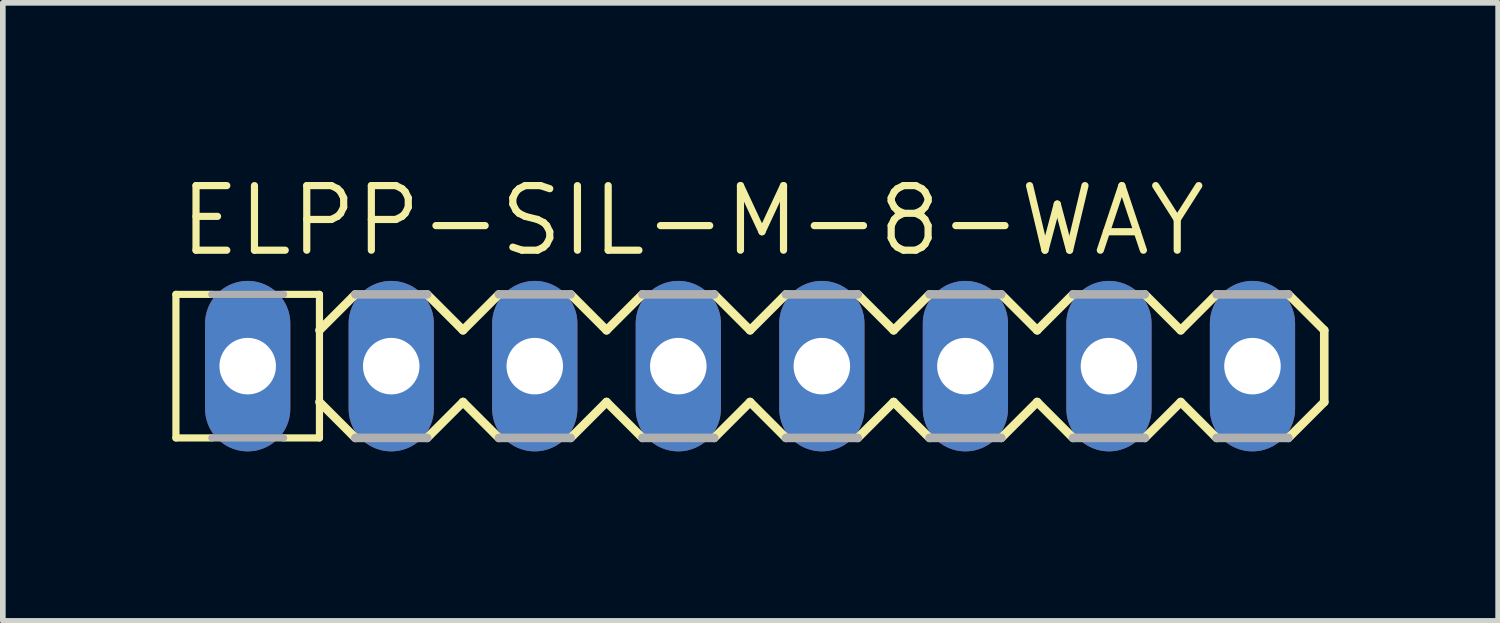
<source format=kicad_pcb>
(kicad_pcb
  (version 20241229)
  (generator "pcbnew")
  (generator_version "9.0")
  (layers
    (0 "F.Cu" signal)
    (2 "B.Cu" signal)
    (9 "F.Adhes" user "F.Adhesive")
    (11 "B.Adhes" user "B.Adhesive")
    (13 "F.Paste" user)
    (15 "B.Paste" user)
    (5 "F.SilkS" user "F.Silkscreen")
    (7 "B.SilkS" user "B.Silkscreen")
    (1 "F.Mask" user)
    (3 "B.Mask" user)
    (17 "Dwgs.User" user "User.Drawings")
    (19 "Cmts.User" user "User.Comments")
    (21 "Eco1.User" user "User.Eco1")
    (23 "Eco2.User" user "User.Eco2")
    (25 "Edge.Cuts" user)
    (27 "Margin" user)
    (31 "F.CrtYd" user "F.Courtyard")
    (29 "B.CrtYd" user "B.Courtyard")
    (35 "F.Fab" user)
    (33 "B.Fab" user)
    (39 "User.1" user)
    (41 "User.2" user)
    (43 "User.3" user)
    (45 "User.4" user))
  (footprint "ELPP-SIL-M-8-WAY"
    (layer "F.Cu")
    (at 6.413 3.429)
    (property "Reference" "ELPP-SIL-M-8-WAY" (at -6.35 -1.905 0) (unlocked yes) (layer "F.SilkS") (effects (font (size 1.143 1.143) (thickness 0.127)) (justify left bottom)))
    (fp_line (start -6.35 -1.27) (end -6.35 1.27) (stroke (width 0.127) (type solid)) (layer "F.SilkS"))
    (fp_line (start -6.35 -1.27) (end -5.715 -1.27) (stroke (width 0.127) (type solid)) (layer "F.SilkS"))
    (fp_line (start -6.35 1.27) (end -5.715 1.27) (stroke (width 0.127) (type solid)) (layer "F.SilkS"))
    (fp_line (start -3.81 -1.27) (end -4.445 -1.27) (stroke (width 0.127) (type solid)) (layer "F.SilkS"))
    (fp_line (start -3.81 -1.27) (end -3.81 1.27) (stroke (width 0.127) (type solid)) (layer "F.SilkS"))
    (fp_line (start -3.81 -0.635) (end -3.175 -1.27) (stroke (width 0.152) (type solid)) (layer "F.SilkS"))
    (fp_line (start -3.81 1.27) (end -4.445 1.27) (stroke (width 0.127) (type solid)) (layer "F.SilkS"))
    (fp_line (start -3.175 1.27) (end -3.81 0.635) (stroke (width 0.152) (type solid)) (layer "F.SilkS"))
    (fp_line (start -1.905 -1.27) (end -1.27 -0.635) (stroke (width 0.152) (type solid)) (layer "F.SilkS"))
    (fp_line (start -1.27 -0.635) (end -0.635 -1.27) (stroke (width 0.152) (type solid)) (layer "F.SilkS"))
    (fp_line (start -1.27 0.635) (end -1.905 1.27) (stroke (width 0.152) (type solid)) (layer "F.SilkS"))
    (fp_line (start -0.635 1.27) (end -1.27 0.635) (stroke (width 0.152) (type solid)) (layer "F.SilkS"))
    (fp_line (start 0.635 -1.27) (end 1.27 -0.635) (stroke (width 0.152) (type solid)) (layer "F.SilkS"))
    (fp_line (start 1.27 0.635) (end 0.635 1.27) (stroke (width 0.152) (type solid)) (layer "F.SilkS"))
    (fp_line (start 1.27 0.635) (end 1.905 1.27) (stroke (width 0.152) (type solid)) (layer "F.SilkS"))
    (fp_line (start 1.905 -1.27) (end 1.27 -0.635) (stroke (width 0.152) (type solid)) (layer "F.SilkS"))
    (fp_line (start 3.175 -1.27) (end 3.81 -0.635) (stroke (width 0.152) (type solid)) (layer "F.SilkS"))
    (fp_line (start 3.81 -0.635) (end 4.445 -1.27) (stroke (width 0.152) (type solid)) (layer "F.SilkS"))
    (fp_line (start 3.81 0.635) (end 3.175 1.27) (stroke (width 0.152) (type solid)) (layer "F.SilkS"))
    (fp_line (start 4.445 1.27) (end 3.81 0.635) (stroke (width 0.152) (type solid)) (layer "F.SilkS"))
    (fp_line (start 5.715 -1.27) (end 6.35 -0.635) (stroke (width 0.152) (type solid)) (layer "F.SilkS"))
    (fp_line (start 6.35 -0.635) (end 6.985 -1.27) (stroke (width 0.152) (type solid)) (layer "F.SilkS"))
    (fp_line (start 6.35 0.635) (end 5.715 1.27) (stroke (width 0.152) (type solid)) (layer "F.SilkS"))
    (fp_line (start 6.985 1.27) (end 6.35 0.635) (stroke (width 0.152) (type solid)) (layer "F.SilkS"))
    (fp_line (start 8.255 -1.27) (end 8.89 -0.635) (stroke (width 0.152) (type solid)) (layer "F.SilkS"))
    (fp_line (start 8.89 -0.635) (end 9.525 -1.27) (stroke (width 0.152) (type solid)) (layer "F.SilkS"))
    (fp_line (start 8.89 0.635) (end 8.255 1.27) (stroke (width 0.152) (type solid)) (layer "F.SilkS"))
    (fp_line (start 9.525 1.27) (end 8.89 0.635) (stroke (width 0.152) (type solid)) (layer "F.SilkS"))
    (fp_line (start 10.795 -1.27) (end 11.43 -0.635) (stroke (width 0.152) (type solid)) (layer "F.SilkS"))
    (fp_line (start 11.43 -0.635) (end 12.065 -1.27) (stroke (width 0.152) (type solid)) (layer "F.SilkS"))
    (fp_line (start 11.43 0.635) (end 10.795 1.27) (stroke (width 0.152) (type solid)) (layer "F.SilkS"))
    (fp_line (start 12.065 1.27) (end 11.43 0.635) (stroke (width 0.152) (type solid)) (layer "F.SilkS"))
    (fp_line (start 13.335 -1.27) (end 13.97 -0.635) (stroke (width 0.152) (type solid)) (layer "F.SilkS"))
    (fp_line (start 13.97 -0.635) (end 13.97 0.635) (stroke (width 0.152) (type solid)) (layer "F.SilkS"))
    (fp_line (start 13.97 0.635) (end 13.335 1.27) (stroke (width 0.152) (type solid)) (layer "F.SilkS"))
    (fp_line (start -5.715 -1.27) (end -4.445 -1.27) (stroke (width 0.127) (type solid)) (layer "F.Fab"))
    (fp_line (start -5.715 1.27) (end -4.445 1.27) (stroke (width 0.127) (type solid)) (layer "F.Fab"))
    (fp_line (start -3.175 -1.27) (end -1.905 -1.27) (stroke (width 0.152) (type solid)) (layer "F.Fab"))
    (fp_line (start -1.905 1.27) (end -3.175 1.27) (stroke (width 0.152) (type solid)) (layer "F.Fab"))
    (fp_line (start -0.635 -1.27) (end 0.635 -1.27) (stroke (width 0.152) (type solid)) (layer "F.Fab"))
    (fp_line (start 0.635 1.27) (end -0.635 1.27) (stroke (width 0.152) (type solid)) (layer "F.Fab"))
    (fp_line (start 1.905 -1.27) (end 3.175 -1.27) (stroke (width 0.152) (type solid)) (layer "F.Fab"))
    (fp_line (start 3.175 1.27) (end 1.905 1.27) (stroke (width 0.152) (type solid)) (layer "F.Fab"))
    (fp_line (start 4.445 -1.27) (end 5.715 -1.27) (stroke (width 0.152) (type solid)) (layer "F.Fab"))
    (fp_line (start 5.715 1.27) (end 4.445 1.27) (stroke (width 0.152) (type solid)) (layer "F.Fab"))
    (fp_line (start 6.985 -1.27) (end 8.255 -1.27) (stroke (width 0.152) (type solid)) (layer "F.Fab"))
    (fp_line (start 8.255 1.27) (end 6.985 1.27) (stroke (width 0.152) (type solid)) (layer "F.Fab"))
    (fp_line (start 9.525 -1.27) (end 10.795 -1.27) (stroke (width 0.152) (type solid)) (layer "F.Fab"))
    (fp_line (start 10.795 1.27) (end 9.525 1.27) (stroke (width 0.152) (type solid)) (layer "F.Fab"))
    (fp_line (start 12.065 -1.27) (end 13.335 -1.27) (stroke (width 0.152) (type solid)) (layer "F.Fab"))
    (fp_line (start 13.335 1.27) (end 12.065 1.27) (stroke (width 0.152) (type solid)) (layer "F.Fab"))
    (fp_poly (pts (xy -5.334 0.254) (xy -4.826 0.254) (xy -4.826 -0.254) (xy -5.334 -0.254)) (stroke (width 0.1) (type default)) (fill no) (layer "F.Fab"))
    (fp_poly (pts (xy -2.794 0.254) (xy -2.286 0.254) (xy -2.286 -0.254) (xy -2.794 -0.254)) (stroke (width 0.1) (type default)) (fill no) (layer "F.Fab"))
    (fp_poly (pts (xy -0.254 0.254) (xy 0.254 0.254) (xy 0.254 -0.254) (xy -0.254 -0.254)) (stroke (width 0.1) (type default)) (fill no) (layer "F.Fab"))
    (fp_poly (pts (xy 2.286 0.254) (xy 2.794 0.254) (xy 2.794 -0.254) (xy 2.286 -0.254)) (stroke (width 0.1) (type default)) (fill no) (layer "F.Fab"))
    (fp_poly (pts (xy 4.826 0.254) (xy 5.334 0.254) (xy 5.334 -0.254) (xy 4.826 -0.254)) (stroke (width 0.1) (type default)) (fill no) (layer "F.Fab"))
    (fp_poly (pts (xy 7.366 0.254) (xy 7.874 0.254) (xy 7.874 -0.254) (xy 7.366 -0.254)) (stroke (width 0.1) (type default)) (fill no) (layer "F.Fab"))
    (fp_poly (pts (xy 9.906 0.254) (xy 10.414 0.254) (xy 10.414 -0.254) (xy 9.906 -0.254)) (stroke (width 0.1) (type default)) (fill no) (layer "F.Fab"))
    (fp_poly (pts (xy 12.446 0.254) (xy 12.954 0.254) (xy 12.954 -0.254) (xy 12.446 -0.254)) (stroke (width 0.1) (type default)) (fill no) (layer "F.Fab"))
    (pad "1" thru_hole oval (at -5.08 0 90) (size 3.016 1.508) (drill 1) (layers "*.Cu" "*.Mask"))
    (pad "2" thru_hole oval (at -2.54 0 90) (size 3.016 1.508) (drill 1) (layers "*.Cu" "*.Mask"))
    (pad "3" thru_hole oval (at 0 0 90) (size 3.016 1.508) (drill 1) (layers "*.Cu" "*.Mask"))
    (pad "4" thru_hole oval (at 2.54 0 90) (size 3.016 1.508) (drill 1) (layers "*.Cu" "*.Mask"))
    (pad "5" thru_hole oval (at 5.08 0 90) (size 3.016 1.508) (drill 1) (layers "*.Cu" "*.Mask"))
    (pad "6" thru_hole oval (at 7.62 0 90) (size 3.016 1.508) (drill 1) (layers "*.Cu" "*.Mask"))
    (pad "7" thru_hole oval (at 10.16 0 90) (size 3.016 1.508) (drill 1) (layers "*.Cu" "*.Mask"))
    (pad "8" thru_hole oval (at 12.7 0 90) (size 3.016 1.508) (drill 1) (layers "*.Cu" "*.Mask")))
  (gr_rect
    (start -3 -3)
    (end 23.46 7.937)
    (stroke (width 0.1) (type default))
    (fill no)
    (layer "Edge.Cuts")))
</source>
